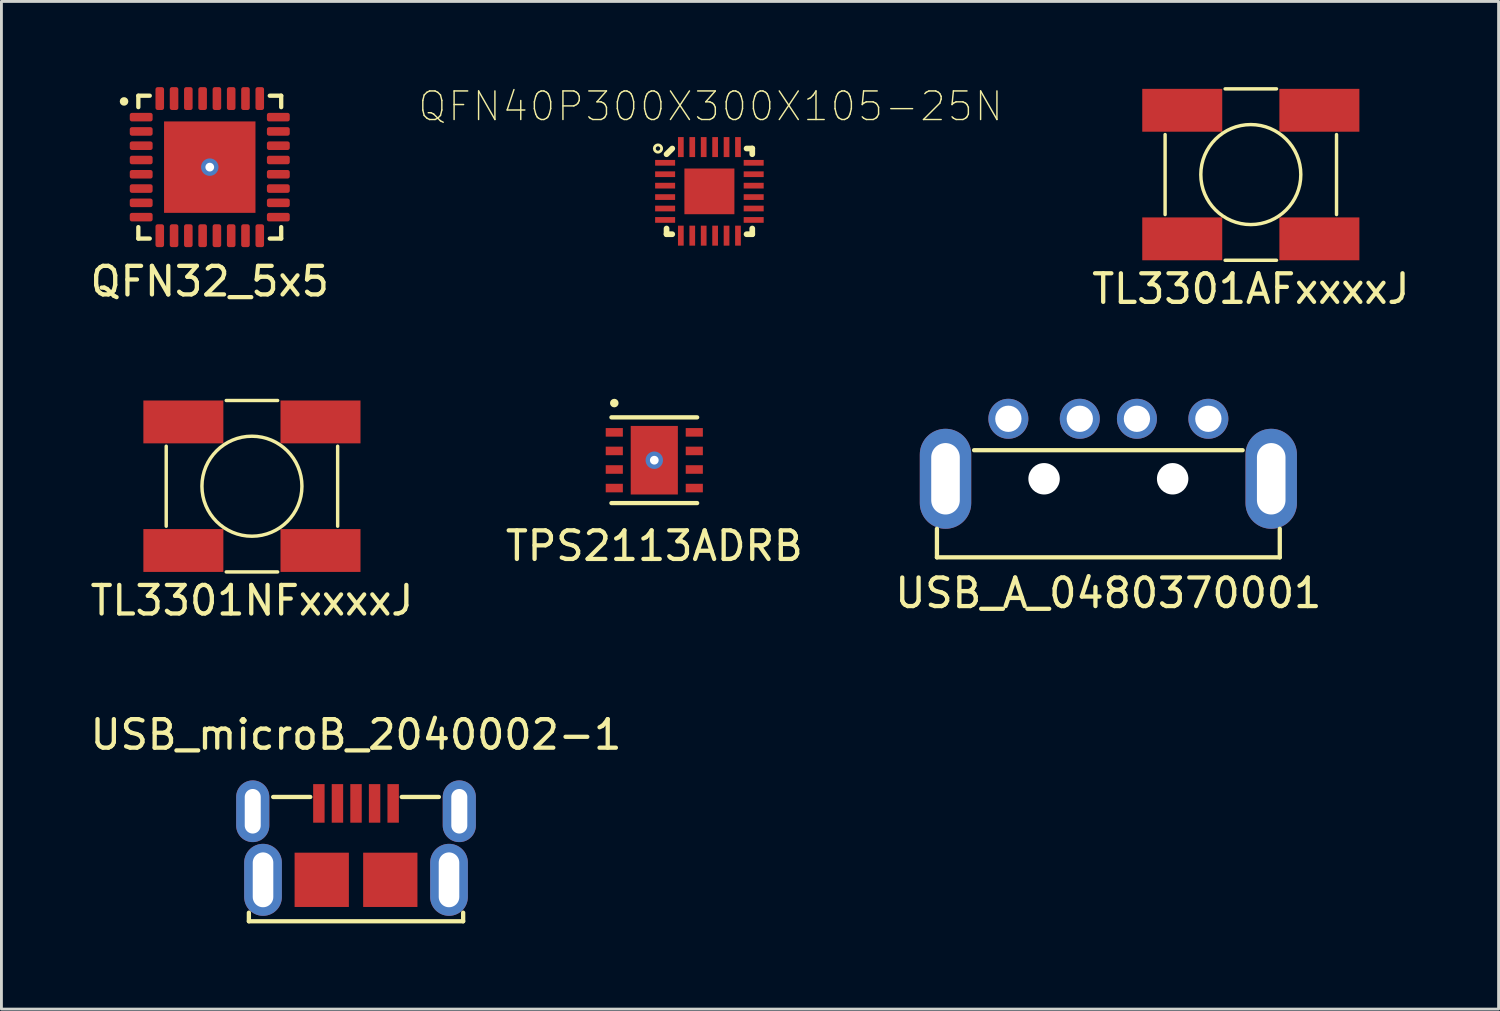
<source format=kicad_pcb>
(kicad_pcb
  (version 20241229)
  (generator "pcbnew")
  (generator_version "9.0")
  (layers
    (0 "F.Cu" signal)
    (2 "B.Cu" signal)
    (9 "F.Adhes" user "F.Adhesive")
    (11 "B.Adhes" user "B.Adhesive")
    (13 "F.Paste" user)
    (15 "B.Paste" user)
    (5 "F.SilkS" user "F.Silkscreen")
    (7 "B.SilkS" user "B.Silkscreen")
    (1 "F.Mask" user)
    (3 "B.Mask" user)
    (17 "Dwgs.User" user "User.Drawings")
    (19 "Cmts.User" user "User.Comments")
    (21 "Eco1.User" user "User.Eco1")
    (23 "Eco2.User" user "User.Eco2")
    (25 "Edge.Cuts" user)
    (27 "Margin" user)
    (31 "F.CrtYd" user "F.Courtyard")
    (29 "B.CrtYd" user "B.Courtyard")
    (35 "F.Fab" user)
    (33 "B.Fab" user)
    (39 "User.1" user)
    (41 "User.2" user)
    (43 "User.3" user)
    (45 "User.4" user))
  (footprint "TL3301NFxxxxJ"
    (layer "F.Cu")
    (at 5.768 13.968)
    (property "Reference" "TL3301NFxxxxJ" (at 0 4 0) (layer "F.SilkS") (effects (font (size 1 1) (thickness 0.15))))
    (attr smd)
    (fp_line (start -3 -1.4) (end -3 1.4) (stroke (width 0.12) (type solid)) (layer "F.SilkS"))
    (fp_line (start 0.9 -3) (end -0.9 -3) (stroke (width 0.12) (type solid)) (layer "F.SilkS"))
    (fp_line (start 0.9 3) (end -0.9 3) (stroke (width 0.12) (type solid)) (layer "F.SilkS"))
    (fp_line (start 3 -1.4) (end 3 1.4) (stroke (width 0.12) (type solid)) (layer "F.SilkS"))
    (fp_circle (center 0 0) (end 1.75 0) (stroke (width 0.12) (type solid)) (fill no) (layer "F.SilkS"))
    (pad "1" smd rect (at -2.4 2.25) (size 2.8 1.5) (layers "F.Cu" "F.Mask" "F.Paste"))
    (pad "1" smd rect (at 2.4 2.25) (size 2.8 1.5) (layers "F.Cu" "F.Mask" "F.Paste"))
    (pad "2" smd rect (at -2.4 -2.25) (size 2.8 1.5) (layers "F.Cu" "F.Mask" "F.Paste"))
    (pad "2" smd rect (at 2.4 -2.25) (size 2.8 1.5) (layers "F.Cu" "F.Mask" "F.Paste")))
  (footprint "TL3301AFxxxxJ"
    (layer "F.Cu")
    (at 40.73 3.06)
    (property "Reference" "TL3301AFxxxxJ" (at 0 4 0) (layer "F.SilkS") (effects (font (size 1 1) (thickness 0.15))))
    (attr smd)
    (fp_line (start -3 -1.4) (end -3 1.4) (stroke (width 0.12) (type solid)) (layer "F.SilkS"))
    (fp_line (start 0.9 -3) (end -0.9 -3) (stroke (width 0.12) (type solid)) (layer "F.SilkS"))
    (fp_line (start 0.9 3) (end -0.9 3) (stroke (width 0.12) (type solid)) (layer "F.SilkS"))
    (fp_line (start 3 -1.4) (end 3 1.4) (stroke (width 0.12) (type solid)) (layer "F.SilkS"))
    (fp_circle (center 0 0) (end 1.75 0) (stroke (width 0.12) (type solid)) (fill no) (layer "F.SilkS"))
    (pad "1" smd rect (at -2.4 2.25) (size 2.8 1.5) (layers "F.Cu" "F.Mask" "F.Paste"))
    (pad "1" smd rect (at 2.4 2.25) (size 2.8 1.5) (layers "F.Cu" "F.Mask" "F.Paste"))
    (pad "2" smd rect (at -2.4 -2.25) (size 2.8 1.5) (layers "F.Cu" "F.Mask" "F.Paste"))
    (pad "2" smd rect (at 2.4 -2.25) (size 2.8 1.5) (layers "F.Cu" "F.Mask" "F.Paste")))
  (footprint "QFN32_5x5"
    (layer "F.Cu")
    (at 4.292 2.8)
    (property "Reference" "QFN32_5x5" (at 0 4 0) (layer "F.SilkS") (effects (font (size 1 1) (thickness 0.15))))
    (attr smd)
    (fp_line (start -2.5 -2.5) (end -2.5 -2.1) (stroke (width 0.15) (type solid)) (layer "F.SilkS"))
    (fp_line (start -2.5 -2.5) (end -2.1 -2.5) (stroke (width 0.15) (type solid)) (layer "F.SilkS"))
    (fp_line (start -2.5 2.5) (end -2.5 2.1) (stroke (width 0.15) (type solid)) (layer "F.SilkS"))
    (fp_line (start -2.5 2.5) (end -2.1 2.5) (stroke (width 0.15) (type solid)) (layer "F.SilkS"))
    (fp_line (start 2.5 -2.5) (end 2.1 -2.5) (stroke (width 0.15) (type solid)) (layer "F.SilkS"))
    (fp_line (start 2.5 -2.5) (end 2.5 -2.1) (stroke (width 0.15) (type solid)) (layer "F.SilkS"))
    (fp_line (start 2.5 2.5) (end 2.1 2.5) (stroke (width 0.15) (type solid)) (layer "F.SilkS"))
    (fp_line (start 2.5 2.5) (end 2.5 2.1) (stroke (width 0.15) (type solid)) (layer "F.SilkS"))
    (fp_circle (center -3 -2.3) (end -2.925 -2.3) (stroke (width 0.15) (type solid)) (fill no) (layer "F.SilkS"))
    (pad "1" smd roundrect (at -2.4 -1.75) (size 0.8 0.3) (layers "F.Cu" "F.Mask" "F.Paste") (roundrect_rratio 0.25))
    (pad "2" smd roundrect (at -2.4 -1.25) (size 0.8 0.3) (layers "F.Cu" "F.Mask" "F.Paste") (roundrect_rratio 0.25))
    (pad "3" smd roundrect (at -2.4 -0.75) (size 0.8 0.3) (layers "F.Cu" "F.Mask" "F.Paste") (roundrect_rratio 0.25))
    (pad "4" smd roundrect (at -2.4 -0.25) (size 0.8 0.3) (layers "F.Cu" "F.Mask" "F.Paste") (roundrect_rratio 0.25))
    (pad "5" smd roundrect (at -2.4 0.25) (size 0.8 0.3) (layers "F.Cu" "F.Mask" "F.Paste") (roundrect_rratio 0.25))
    (pad "6" smd roundrect (at -2.4 0.75) (size 0.8 0.3) (layers "F.Cu" "F.Mask" "F.Paste") (roundrect_rratio 0.25))
    (pad "7" smd roundrect (at -2.4 1.25) (size 0.8 0.3) (layers "F.Cu" "F.Mask" "F.Paste") (roundrect_rratio 0.25))
    (pad "8" smd roundrect (at -2.4 1.75) (size 0.8 0.3) (layers "F.Cu" "F.Mask" "F.Paste") (roundrect_rratio 0.25))
    (pad "9" smd roundrect (at -1.75 2.4) (size 0.3 0.8) (layers "F.Cu" "F.Mask" "F.Paste") (roundrect_rratio 0.25))
    (pad "10" smd roundrect (at -1.25 2.4) (size 0.3 0.8) (layers "F.Cu" "F.Mask" "F.Paste") (roundrect_rratio 0.25))
    (pad "11" smd roundrect (at -0.75 2.4) (size 0.3 0.8) (layers "F.Cu" "F.Mask" "F.Paste") (roundrect_rratio 0.25))
    (pad "12" smd roundrect (at -0.25 2.4) (size 0.3 0.8) (layers "F.Cu" "F.Mask" "F.Paste") (roundrect_rratio 0.25))
    (pad "13" smd roundrect (at 0.25 2.4) (size 0.3 0.8) (layers "F.Cu" "F.Mask" "F.Paste") (roundrect_rratio 0.25))
    (pad "14" smd roundrect (at 0.75 2.4) (size 0.3 0.8) (layers "F.Cu" "F.Mask" "F.Paste") (roundrect_rratio 0.25))
    (pad "15" smd roundrect (at 1.25 2.4) (size 0.3 0.8) (layers "F.Cu" "F.Mask" "F.Paste") (roundrect_rratio 0.25))
    (pad "16" smd roundrect (at 1.75 2.4) (size 0.3 0.8) (layers "F.Cu" "F.Mask" "F.Paste") (roundrect_rratio 0.25))
    (pad "17" smd roundrect (at 2.4 1.75) (size 0.8 0.3) (layers "F.Cu" "F.Mask" "F.Paste") (roundrect_rratio 0.25))
    (pad "18" smd roundrect (at 2.4 1.25) (size 0.8 0.3) (layers "F.Cu" "F.Mask" "F.Paste") (roundrect_rratio 0.25))
    (pad "19" smd roundrect (at 2.4 0.75) (size 0.8 0.3) (layers "F.Cu" "F.Mask" "F.Paste") (roundrect_rratio 0.25))
    (pad "20" smd roundrect (at 2.4 0.25) (size 0.8 0.3) (layers "F.Cu" "F.Mask" "F.Paste") (roundrect_rratio 0.25))
    (pad "21" smd roundrect (at 2.4 -0.25) (size 0.8 0.3) (layers "F.Cu" "F.Mask" "F.Paste") (roundrect_rratio 0.25))
    (pad "22" smd roundrect (at 2.4 -0.75) (size 0.8 0.3) (layers "F.Cu" "F.Mask" "F.Paste") (roundrect_rratio 0.25))
    (pad "23" smd roundrect (at 2.4 -1.25) (size 0.8 0.3) (layers "F.Cu" "F.Mask" "F.Paste") (roundrect_rratio 0.25))
    (pad "24" smd roundrect (at 2.4 -1.75) (size 0.8 0.3) (layers "F.Cu" "F.Mask" "F.Paste") (roundrect_rratio 0.25))
    (pad "25" smd roundrect (at 1.75 -2.4) (size 0.3 0.8) (layers "F.Cu" "F.Mask" "F.Paste") (roundrect_rratio 0.25))
    (pad "26" smd roundrect (at 1.25 -2.4) (size 0.3 0.8) (layers "F.Cu" "F.Mask" "F.Paste") (roundrect_rratio 0.25))
    (pad "27" smd roundrect (at 0.75 -2.4) (size 0.3 0.8) (layers "F.Cu" "F.Mask" "F.Paste") (roundrect_rratio 0.25))
    (pad "28" smd roundrect (at 0.25 -2.4) (size 0.3 0.8) (layers "F.Cu" "F.Mask" "F.Paste") (roundrect_rratio 0.25))
    (pad "29" smd roundrect (at -0.25 -2.4) (size 0.3 0.8) (layers "F.Cu" "F.Mask" "F.Paste") (roundrect_rratio 0.25))
    (pad "30" smd roundrect (at -0.75 -2.4) (size 0.3 0.8) (layers "F.Cu" "F.Mask" "F.Paste") (roundrect_rratio 0.25))
    (pad "31" smd roundrect (at -1.25 -2.4) (size 0.3 0.8) (layers "F.Cu" "F.Mask" "F.Paste") (roundrect_rratio 0.25))
    (pad "32" smd roundrect (at -1.75 -2.4) (size 0.3 0.8) (layers "F.Cu" "F.Mask" "F.Paste") (roundrect_rratio 0.25))
    (pad "33" thru_hole circle (at 0 0) (size 0.61 0.61) (drill 0.305) (layers "*.Cu" "*.Mask"))
    (pad "33" smd rect (at 0 0) (size 3.2 3.2) (layers "F.Cu" "F.Mask" "F.Paste")))
  (footprint "USB_A_0480370001"
    (layer "F.Cu")
    (at 35.744 13.708)
    (property "Reference" "USB_A_0480370001" (at 0 4 0) (layer "F.SilkS") (effects (font (size 1 1) (thickness 0.15))))
    (attr through_hole)
    (fp_line (start -6 1.75) (end -6 2.75) (stroke (width 0.15) (type solid)) (layer "F.SilkS"))
    (fp_line (start -6 2.75) (end 6 2.75) (stroke (width 0.15) (type solid)) (layer "F.SilkS"))
    (fp_line (start -4.7 -1) (end 4.7 -1) (stroke (width 0.15) (type solid)) (layer "F.SilkS"))
    (fp_line (start 6 1.75) (end 6 2.75) (stroke (width 0.15) (type solid)) (layer "F.SilkS"))
    (pad "" np_thru_hole circle (at -2.25 0) (size 1.1 1.1) (drill 1.1) (layers "*.Cu" "*.Mask"))
    (pad "" np_thru_hole circle (at 2.25 0) (size 1.1 1.1) (drill 1.1) (layers "*.Cu" "*.Mask"))
    (pad "1" thru_hole circle (at 3.5 -2.1) (size 1.4 1.4) (drill 0.92) (layers "*.Cu" "*.Mask"))
    (pad "2" thru_hole circle (at 1 -2.1) (size 1.4 1.4) (drill 0.92) (layers "*.Cu" "*.Mask"))
    (pad "3" thru_hole circle (at -1 -2.1) (size 1.4 1.4) (drill 0.92) (layers "*.Cu" "*.Mask"))
    (pad "4" thru_hole circle (at -3.5 -2.1) (size 1.4 1.4) (drill 0.92) (layers "*.Cu" "*.Mask"))
    (pad "5" thru_hole oval (at -5.7 0) (size 1.8 3.5) (drill oval 1 2.5) (layers "*.Cu" "*.Mask"))
    (pad "6" thru_hole oval (at 5.7 0) (size 1.8 3.5) (drill oval 1 2.5) (layers "*.Cu" "*.Mask")))
  (footprint "USB_microB_2040002-1"
    (layer "F.Cu")
    (at 9.411 27.745)
    (property "Reference" "USB_microB_2040002-1" (at 0 -5.08 0) (layer "F.SilkS") (effects (font (size 1 1) (thickness 0.15))))
    (attr smd)
    (fp_line (start -3.75 1.45) (end -3.75 1.15) (stroke (width 0.15) (type solid)) (layer "F.SilkS"))
    (fp_line (start -2.9 -2.9) (end -1.6 -2.9) (stroke (width 0.15) (type solid)) (layer "F.SilkS"))
    (fp_line (start 1.6 -2.9) (end 2.9 -2.9) (stroke (width 0.15) (type solid)) (layer "F.SilkS"))
    (fp_line (start 3.75 1.45) (end -3.75 1.45) (stroke (width 0.15) (type solid)) (layer "F.SilkS"))
    (fp_line (start 3.75 1.45) (end 3.75 1.15) (stroke (width 0.15) (type solid)) (layer "F.SilkS"))
    (pad "1" smd rect (at -1.3 -2.675) (size 0.4 1.35) (layers "F.Cu" "F.Mask" "F.Paste"))
    (pad "2" smd rect (at -0.65 -2.675) (size 0.4 1.35) (layers "F.Cu" "F.Mask" "F.Paste"))
    (pad "3" smd rect (at 0 -2.675) (size 0.4 1.35) (layers "F.Cu" "F.Mask" "F.Paste"))
    (pad "4" smd rect (at 0.65 -2.675) (size 0.4 1.35) (layers "F.Cu" "F.Mask" "F.Paste"))
    (pad "5" smd rect (at 1.3 -2.675) (size 0.4 1.35) (layers "F.Cu" "F.Mask" "F.Paste"))
    (pad "6" thru_hole oval (at 3.615 -2.4) (size 1.16 2.16) (drill oval 0.56 1.56) (layers "*.Cu" "*.Mask"))
    (pad "7" thru_hole oval (at 3.255 0) (size 1.32 2.52) (drill oval 0.72 1.92) (layers "*.Cu" "*.Mask"))
    (pad "8" smd rect (at 1.2 0) (size 1.9 1.9) (layers "F.Cu" "F.Mask" "F.Paste"))
    (pad "9" smd rect (at -1.2 0) (size 1.9 1.9) (layers "F.Cu" "F.Mask" "F.Paste"))
    (pad "10" thru_hole oval (at -3.255 0) (size 1.32 2.52) (drill oval 0.72 1.92) (layers "*.Cu" "*.Mask"))
    (pad "11" thru_hole oval (at -3.615 -2.4) (size 1.16 2.16) (drill oval 0.56 1.56) (layers "*.Cu" "*.Mask")))
  (footprint "QFN40P300X300X105-25N"
    (layer "F.Cu")
    (at 21.78 3.648)
    (property "Reference" "QFN40P300X300X105-25N" (at 0.04 -2.975 0) (layer "F.SilkS") (effects (font (size 1 1) (thickness 0.05))))
    (attr smd)
    (fp_line (start -1.5 -1.3) (end -1.3 -1.5) (stroke (width 0.2) (type solid)) (layer "F.SilkS"))
    (fp_line (start -1.5 1.5) (end -1.5 1.3) (stroke (width 0.2) (type solid)) (layer "F.SilkS"))
    (fp_line (start -1.3 1.5) (end -1.5 1.5) (stroke (width 0.2) (type solid)) (layer "F.SilkS"))
    (fp_line (start 1.3 -1.5) (end 1.5 -1.5) (stroke (width 0.2) (type solid)) (layer "F.SilkS"))
    (fp_line (start 1.5 -1.5) (end 1.5 -1.3) (stroke (width 0.2) (type solid)) (layer "F.SilkS"))
    (fp_line (start 1.5 1.3) (end 1.5 1.5) (stroke (width 0.2) (type solid)) (layer "F.SilkS"))
    (fp_line (start 1.5 1.5) (end 1.3 1.5) (stroke (width 0.2) (type solid)) (layer "F.SilkS"))
    (fp_circle (center -1.8 -1.5) (end -1.673 -1.5) (stroke (width 0.1) (type solid)) (fill no) (layer "F.SilkS"))
    (fp_poly (pts (xy -0.575 -0.475) (xy 0.575 -0.475) (xy 0.575 0.475) (xy -0.575 0.475)) (stroke (width 0.381) (type solid)) (fill yes) (layer "F.Paste"))
    (pad "1" smd rect (at -1.55 -1) (size 0.7 0.2) (layers "F.Cu" "F.Mask" "F.Paste"))
    (pad "2" smd rect (at -1.55 -0.6) (size 0.7 0.2) (layers "F.Cu" "F.Mask" "F.Paste"))
    (pad "3" smd rect (at -1.55 -0.2) (size 0.7 0.2) (layers "F.Cu" "F.Mask" "F.Paste"))
    (pad "4" smd rect (at -1.55 0.2) (size 0.7 0.2) (layers "F.Cu" "F.Mask" "F.Paste"))
    (pad "5" smd rect (at -1.55 0.6) (size 0.7 0.2) (layers "F.Cu" "F.Mask" "F.Paste"))
    (pad "6" smd rect (at -1.55 1) (size 0.7 0.2) (layers "F.Cu" "F.Mask" "F.Paste"))
    (pad "7" smd rect (at -1 1.55 90) (size 0.7 0.2) (layers "F.Cu" "F.Mask" "F.Paste"))
    (pad "8" smd rect (at -0.6 1.55 90) (size 0.7 0.2) (layers "F.Cu" "F.Mask" "F.Paste"))
    (pad "9" smd rect (at -0.2 1.55 90) (size 0.7 0.2) (layers "F.Cu" "F.Mask" "F.Paste"))
    (pad "10" smd rect (at 0.2 1.55 90) (size 0.7 0.2) (layers "F.Cu" "F.Mask" "F.Paste"))
    (pad "11" smd rect (at 0.6 1.55 90) (size 0.7 0.2) (layers "F.Cu" "F.Mask" "F.Paste"))
    (pad "12" smd rect (at 1 1.55 90) (size 0.7 0.2) (layers "F.Cu" "F.Mask" "F.Paste"))
    (pad "13" smd rect (at 1.55 1 180) (size 0.7 0.2) (layers "F.Cu" "F.Mask" "F.Paste"))
    (pad "14" smd rect (at 1.55 0.6 180) (size 0.7 0.2) (layers "F.Cu" "F.Mask" "F.Paste"))
    (pad "15" smd rect (at 1.55 0.2 180) (size 0.7 0.2) (layers "F.Cu" "F.Mask" "F.Paste"))
    (pad "16" smd rect (at 1.55 -0.2 180) (size 0.7 0.2) (layers "F.Cu" "F.Mask" "F.Paste"))
    (pad "17" smd rect (at 1.55 -0.6 180) (size 0.7 0.2) (layers "F.Cu" "F.Mask" "F.Paste"))
    (pad "18" smd rect (at 1.55 -1 180) (size 0.7 0.2) (layers "F.Cu" "F.Mask" "F.Paste"))
    (pad "19" smd rect (at 1 -1.55 270) (size 0.7 0.2) (layers "F.Cu" "F.Mask" "F.Paste"))
    (pad "20" smd rect (at 0.6 -1.55 270) (size 0.7 0.2) (layers "F.Cu" "F.Mask" "F.Paste"))
    (pad "21" smd rect (at 0.2 -1.55 270) (size 0.7 0.2) (layers "F.Cu" "F.Mask" "F.Paste"))
    (pad "22" smd rect (at -0.2 -1.55 270) (size 0.7 0.2) (layers "F.Cu" "F.Mask" "F.Paste"))
    (pad "23" smd rect (at -0.6 -1.55 270) (size 0.7 0.2) (layers "F.Cu" "F.Mask" "F.Paste"))
    (pad "24" smd rect (at -1 -1.55 270) (size 0.7 0.2) (layers "F.Cu" "F.Mask" "F.Paste"))
    (pad "25" smd rect (at 0 0) (size 1.75 1.6) (layers "F.Cu" "F.Mask" "F.Paste")))
  (footprint "TPS2113ADRB"
    (layer "F.Cu")
    (at 19.851 13.058)
    (property "Reference" "TPS2113ADRB" (at 0 3 0) (layer "F.SilkS") (effects (font (size 1 1) (thickness 0.15))))
    (attr smd)
    (fp_line (start -1.5 -1.5) (end 1.5 -1.5) (stroke (width 0.15) (type solid)) (layer "F.SilkS"))
    (fp_line (start -1.5 1.5) (end 1.5 1.5) (stroke (width 0.15) (type solid)) (layer "F.SilkS"))
    (fp_circle (center -1.4 -2) (end -1.325 -2) (stroke (width 0.15) (type solid)) (fill no) (layer "F.SilkS"))
    (pad "1" smd rect (at -1.4 -0.975) (size 0.6 0.3) (layers "F.Cu" "F.Mask" "F.Paste"))
    (pad "2" smd rect (at -1.4 -0.325) (size 0.6 0.3) (layers "F.Cu" "F.Mask" "F.Paste"))
    (pad "3" smd rect (at -1.4 0.325) (size 0.6 0.3) (layers "F.Cu" "F.Mask" "F.Paste"))
    (pad "4" smd rect (at -1.4 0.975) (size 0.6 0.3) (layers "F.Cu" "F.Mask" "F.Paste"))
    (pad "5" smd rect (at 1.4 0.975) (size 0.6 0.3) (layers "F.Cu" "F.Mask" "F.Paste"))
    (pad "6" smd rect (at 1.4 0.325) (size 0.6 0.3) (layers "F.Cu" "F.Mask" "F.Paste"))
    (pad "7" smd rect (at 1.4 -0.325) (size 0.6 0.3) (layers "F.Cu" "F.Mask" "F.Paste"))
    (pad "8" smd rect (at 1.4 -0.975) (size 0.6 0.3) (layers "F.Cu" "F.Mask" "F.Paste"))
    (pad "9" thru_hole circle (at 0 0) (size 0.61 0.61) (drill 0.305) (layers "*.Cu" "*.Mask"))
    (pad "9" smd rect (at 0 0) (size 1.65 2.4) (layers "F.Cu" "F.Mask" "F.Paste")))
  (gr_rect
    (start -3 -3)
    (end 49.402 32.27)
    (stroke (width 0.1) (type default))
    (fill no)
    (layer "Edge.Cuts")))
</source>
